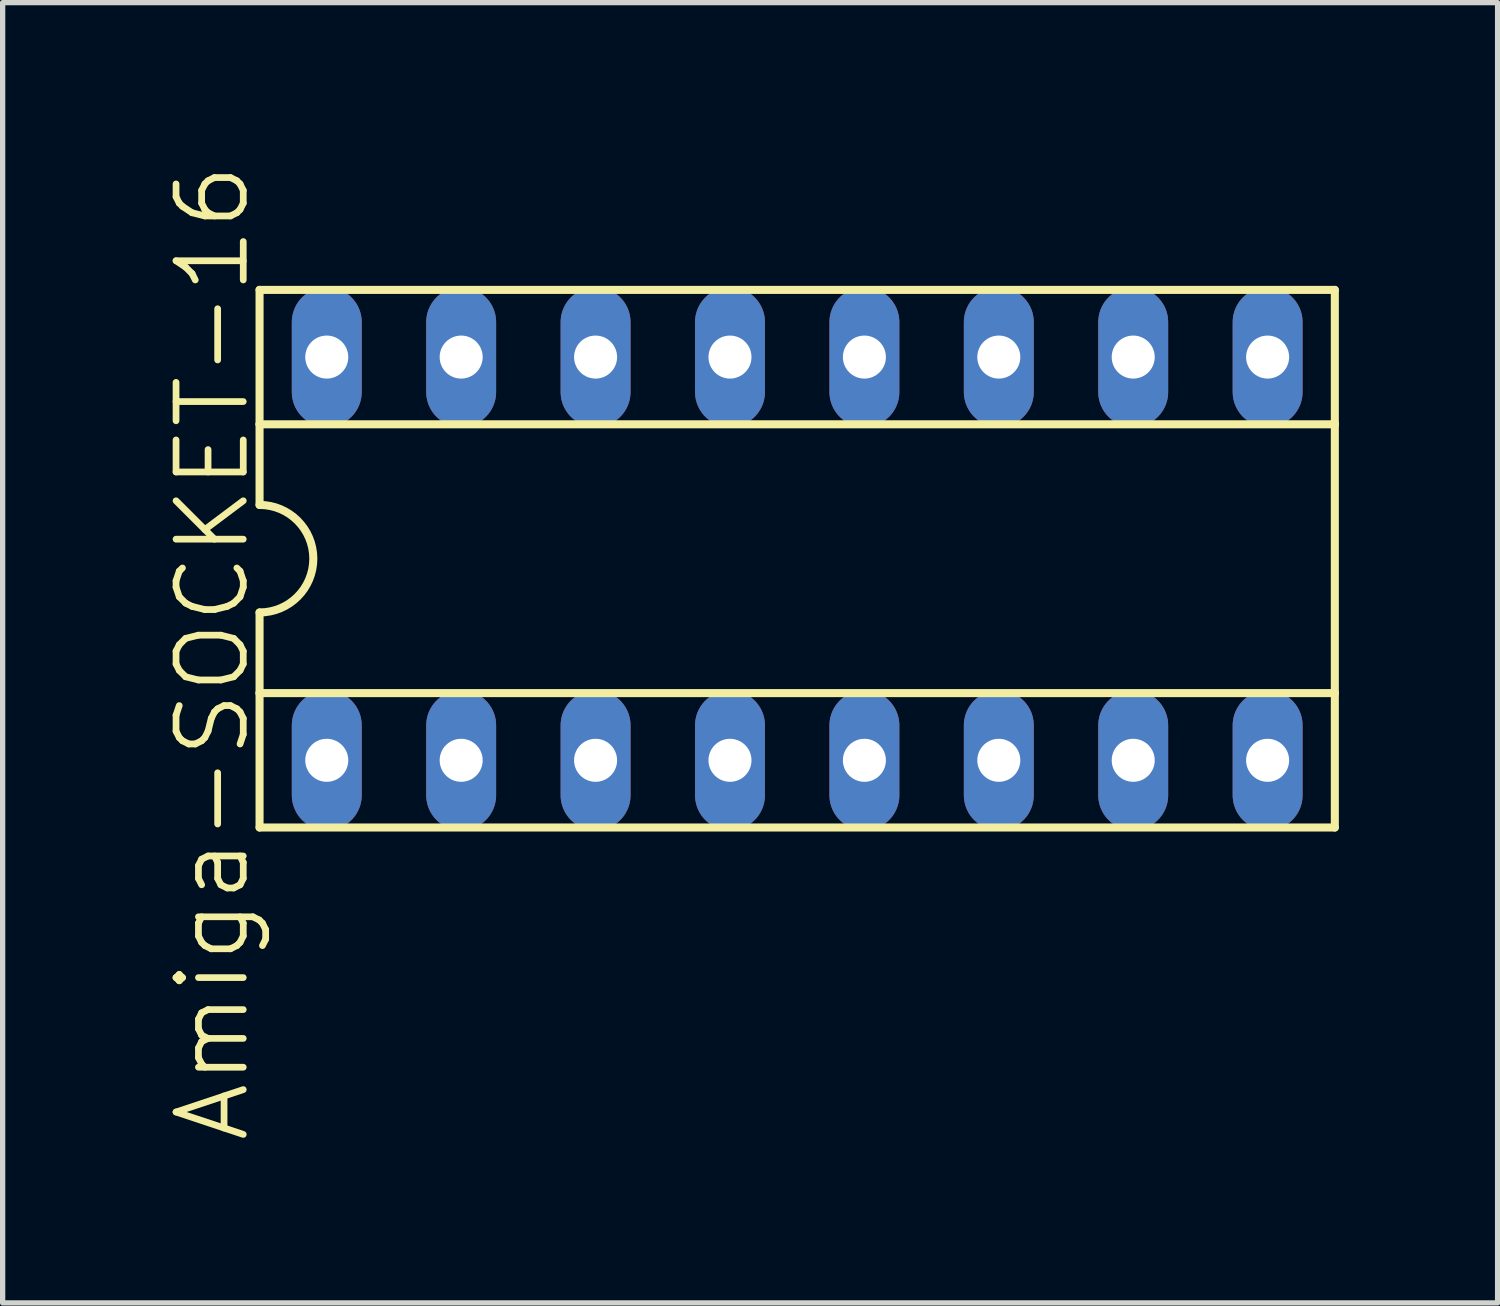
<source format=kicad_pcb>
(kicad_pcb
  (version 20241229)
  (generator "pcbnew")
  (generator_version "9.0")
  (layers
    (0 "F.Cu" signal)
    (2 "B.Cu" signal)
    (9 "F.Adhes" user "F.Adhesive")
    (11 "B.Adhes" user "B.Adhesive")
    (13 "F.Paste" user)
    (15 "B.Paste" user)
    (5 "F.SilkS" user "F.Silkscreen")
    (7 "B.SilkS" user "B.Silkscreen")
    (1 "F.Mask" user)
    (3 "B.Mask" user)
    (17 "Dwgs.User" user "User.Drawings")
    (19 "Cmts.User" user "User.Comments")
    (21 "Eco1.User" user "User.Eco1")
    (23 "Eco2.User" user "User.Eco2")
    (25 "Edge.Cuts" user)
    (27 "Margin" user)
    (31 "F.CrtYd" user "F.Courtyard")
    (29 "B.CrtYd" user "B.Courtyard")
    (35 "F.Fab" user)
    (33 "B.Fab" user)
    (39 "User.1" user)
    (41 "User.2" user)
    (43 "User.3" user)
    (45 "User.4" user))
  (footprint "Amiga-SOCKET-16"
    (layer "F.Cu")
    (at 12.015 7.508)
    (property "Reference" "Amiga-SOCKET-16" (at -11.049 1.778 90) (layer "F.SilkS") (effects (font (size 1.27 1.27) (thickness 0.127))))
    (attr exclude_from_pos_files exclude_from_bom)
    (fp_line (start -10.16 -5.08) (end -10.16 -2.54) (stroke (width 0.152) (type solid)) (layer "F.SilkS"))
    (fp_line (start -10.16 -2.54) (end -10.16 -1.016) (stroke (width 0.152) (type solid)) (layer "F.SilkS"))
    (fp_line (start -10.16 -2.54) (end 10.16 -2.54) (stroke (width 0.152) (type solid)) (layer "F.SilkS"))
    (fp_line (start -10.16 2.54) (end -10.16 1.016) (stroke (width 0.152) (type solid)) (layer "F.SilkS"))
    (fp_line (start -10.16 2.54) (end 10.16 2.54) (stroke (width 0.152) (type solid)) (layer "F.SilkS"))
    (fp_line (start -10.16 5.08) (end -10.16 2.54) (stroke (width 0.152) (type solid)) (layer "F.SilkS"))
    (fp_line (start -10.16 5.08) (end 10.16 5.08) (stroke (width 0.152) (type solid)) (layer "F.SilkS"))
    (fp_line (start 10.16 -5.08) (end -10.16 -5.08) (stroke (width 0.152) (type solid)) (layer "F.SilkS"))
    (fp_line (start 10.16 -5.08) (end 10.16 -2.54) (stroke (width 0.152) (type solid)) (layer "F.SilkS"))
    (fp_line (start 10.16 -2.54) (end 10.16 2.54) (stroke (width 0.152) (type solid)) (layer "F.SilkS"))
    (fp_line (start 10.16 2.54) (end 10.16 5.08) (stroke (width 0.152) (type solid)) (layer "F.SilkS"))
    (fp_arc (start -10.16 -1.016) (mid -9.144 0) (end -10.16 1.016) (stroke (width 0.1524) (type solid)) (layer "F.SilkS"))
    (pad "1" thru_hole oval (at -8.89 3.81 180) (size 1.321 2.642) (drill 0.813) (layers "*.Cu" "*.Paste" "*.Mask"))
    (pad "2" thru_hole oval (at -6.35 3.81 180) (size 1.321 2.642) (drill 0.813) (layers "*.Cu" "*.Paste" "*.Mask"))
    (pad "3" thru_hole oval (at -3.81 3.81 180) (size 1.321 2.642) (drill 0.813) (layers "*.Cu" "*.Paste" "*.Mask"))
    (pad "4" thru_hole oval (at -1.27 3.81 180) (size 1.321 2.642) (drill 0.813) (layers "*.Cu" "*.Paste" "*.Mask"))
    (pad "5" thru_hole oval (at 1.27 3.81 180) (size 1.321 2.642) (drill 0.813) (layers "*.Cu" "*.Paste" "*.Mask"))
    (pad "6" thru_hole oval (at 3.81 3.81 180) (size 1.321 2.642) (drill 0.813) (layers "*.Cu" "*.Paste" "*.Mask"))
    (pad "7" thru_hole oval (at 6.35 3.81 180) (size 1.321 2.642) (drill 0.813) (layers "*.Cu" "*.Paste" "*.Mask"))
    (pad "8" thru_hole oval (at 8.89 3.81 180) (size 1.321 2.642) (drill 0.813) (layers "*.Cu" "*.Paste" "*.Mask"))
    (pad "9" thru_hole oval (at 8.89 -3.81 180) (size 1.321 2.642) (drill 0.813) (layers "*.Cu" "*.Paste" "*.Mask"))
    (pad "10" thru_hole oval (at 6.35 -3.81 180) (size 1.321 2.642) (drill 0.813) (layers "*.Cu" "*.Paste" "*.Mask"))
    (pad "11" thru_hole oval (at 3.81 -3.81 180) (size 1.321 2.642) (drill 0.813) (layers "*.Cu" "*.Paste" "*.Mask"))
    (pad "12" thru_hole oval (at 1.27 -3.81 180) (size 1.321 2.642) (drill 0.813) (layers "*.Cu" "*.Paste" "*.Mask"))
    (pad "13" thru_hole oval (at -1.27 -3.81 180) (size 1.321 2.642) (drill 0.813) (layers "*.Cu" "*.Paste" "*.Mask"))
    (pad "14" thru_hole oval (at -3.81 -3.81 180) (size 1.321 2.642) (drill 0.813) (layers "*.Cu" "*.Paste" "*.Mask"))
    (pad "15" thru_hole oval (at -6.35 -3.81 180) (size 1.321 2.642) (drill 0.813) (layers "*.Cu" "*.Paste" "*.Mask"))
    (pad "16" thru_hole oval (at -8.89 -3.81 180) (size 1.321 2.642) (drill 0.813) (layers "*.Cu" "*.Paste" "*.Mask")))
  (gr_rect
    (start -3 -3)
    (end 25.251 21.572)
    (stroke (width 0.1) (type default))
    (fill no)
    (layer "Edge.Cuts")))
</source>
